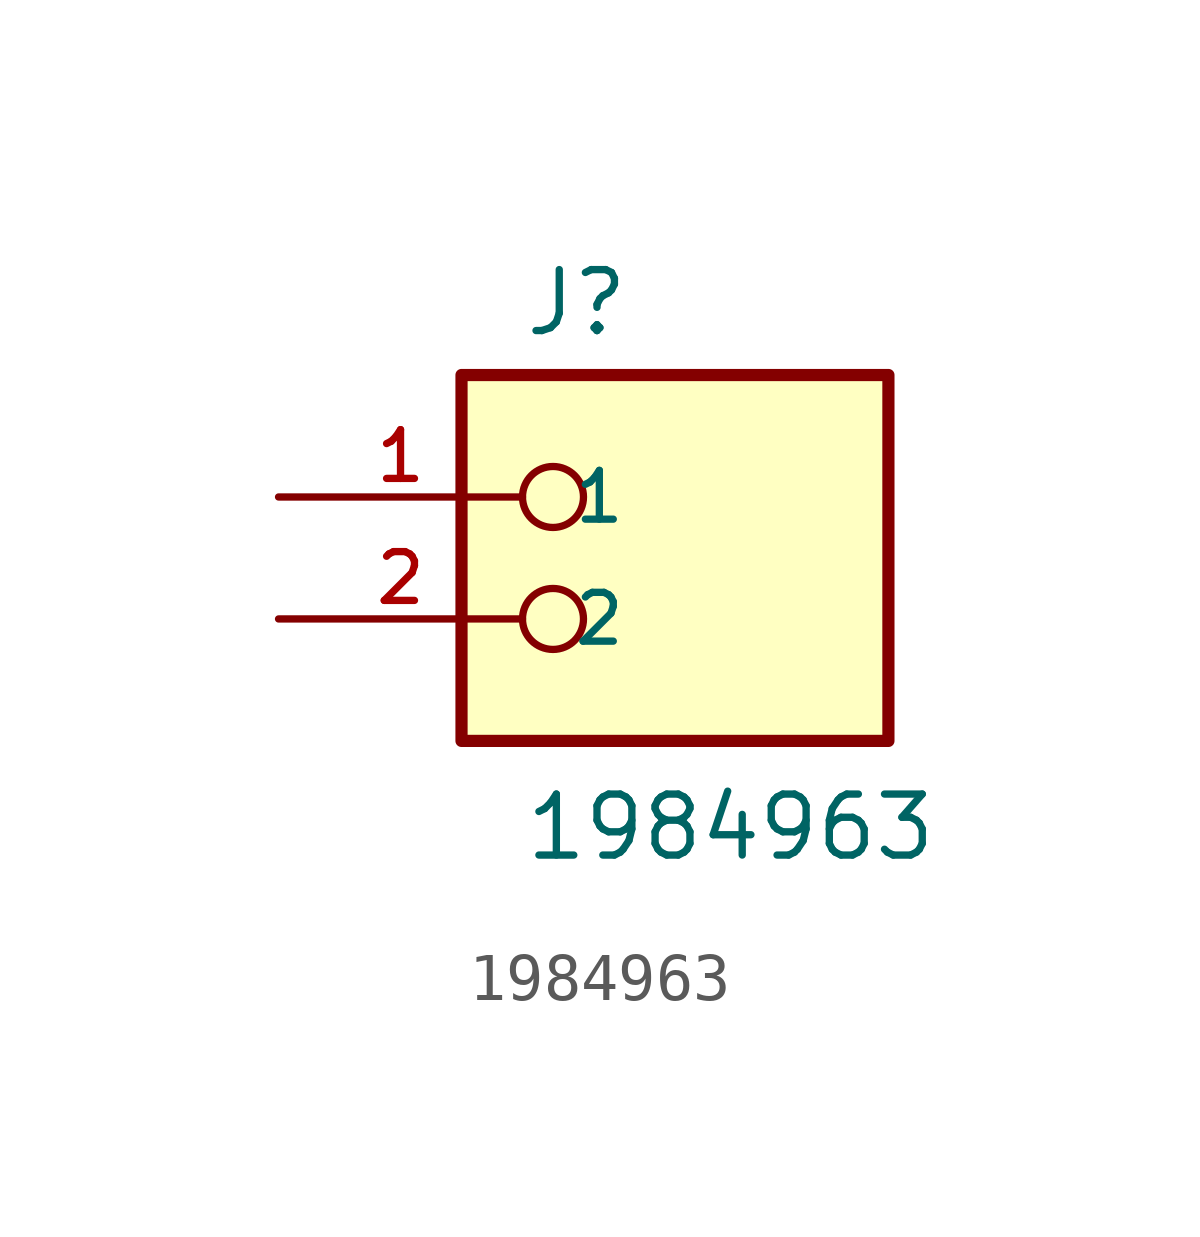
<source format=kicad_sym>
(kicad_symbol_lib
  (version 20211014)
  (generator kicad_symbol_editor)
  (symbol "1984963"
    (pin_names
      (offset 1.016))
    (property "Reference" "J"
      (at -2.54 3.302 0)
      (effects (font (size 1.27 1.27)) (justify bottom left)))
    (property "Value" "1984963"
      (at -2.54 -7.62 0)
      (effects (font (size 1.27 1.27)) (justify bottom left)))
    (symbol "1984963_0_0"
      (circle (center -1.905 0.0) (radius 0.635) (stroke (width 0.152)) (fill (type none)))
      (circle (center -1.905 -2.54) (radius 0.635) (stroke (width 0.152)) (fill (type none)))
      (rectangle (start -3.81 -5.08) (end 5.08 2.54) (stroke (width 0.254)) (fill (type background)))
      (pin passive line (at -7.62 0.0 0) (length 5.08) (name "1" (effects (font (size 1.016 1.016)))) (number "1" (effects (font (size 1.016 1.016)))))
      (pin passive line (at -7.62 -2.54 0) (length 5.08) (name "2" (effects (font (size 1.016 1.016)))) (number "2" (effects (font (size 1.016 1.016))))))))
</source>
